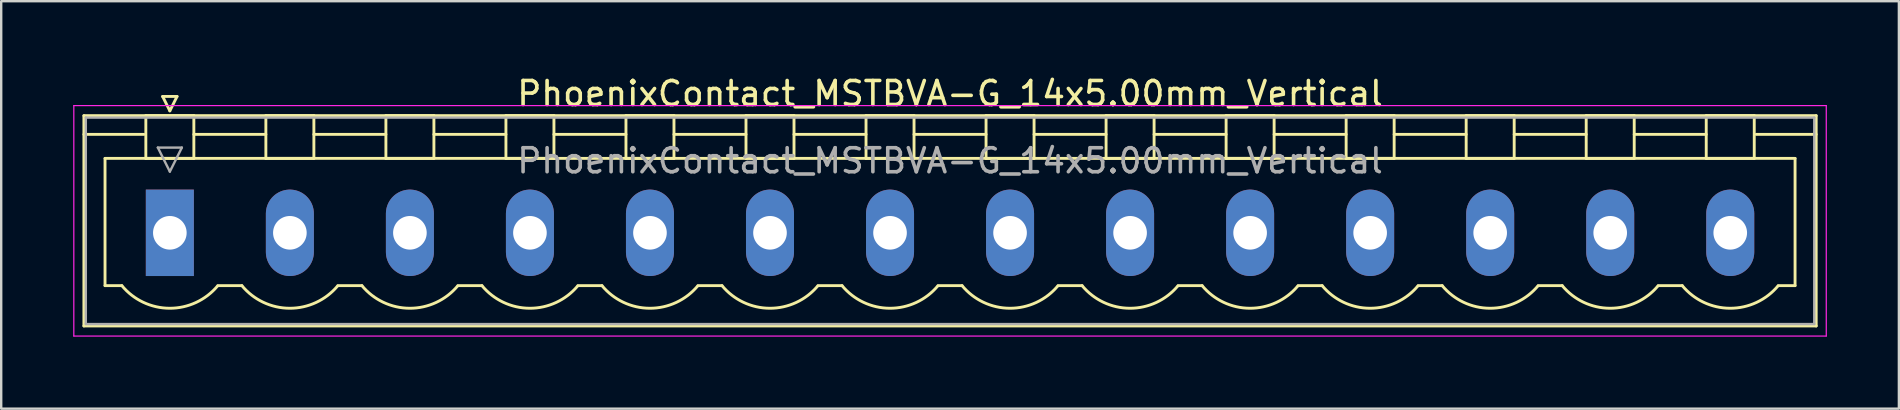
<source format=kicad_pcb>
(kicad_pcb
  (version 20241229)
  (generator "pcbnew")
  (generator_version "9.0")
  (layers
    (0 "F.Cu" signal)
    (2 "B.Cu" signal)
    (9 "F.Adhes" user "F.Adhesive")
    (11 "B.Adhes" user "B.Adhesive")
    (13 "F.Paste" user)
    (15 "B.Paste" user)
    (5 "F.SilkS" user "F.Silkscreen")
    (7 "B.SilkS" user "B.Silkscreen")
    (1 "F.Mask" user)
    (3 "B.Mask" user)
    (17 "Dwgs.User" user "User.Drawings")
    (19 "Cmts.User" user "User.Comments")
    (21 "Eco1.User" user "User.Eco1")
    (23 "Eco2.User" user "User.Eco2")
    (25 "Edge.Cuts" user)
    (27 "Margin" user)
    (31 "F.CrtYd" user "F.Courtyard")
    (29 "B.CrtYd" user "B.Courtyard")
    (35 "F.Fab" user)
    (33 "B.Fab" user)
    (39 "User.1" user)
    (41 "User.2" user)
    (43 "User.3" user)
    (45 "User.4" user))
  (footprint "PhoenixContact_MSTBVA-G_14x5.00mm_Vertical"
    (layer "F.Cu")
    (at 4.025 6.648)
    (property "Reference" "PhoenixContact_MSTBVA-G_14x5.00mm_Vertical" (at 32.5 -5.8 0) (layer "F.SilkS") (effects (font (size 1 1) (thickness 0.15))))
    (attr through_hole)
    (fp_line (start -3.58 -4.88) (end -3.58 3.88) (stroke (width 0.12) (type solid)) (layer "F.SilkS"))
    (fp_line (start -3.58 -4.1) (end -1.08 -4.1) (stroke (width 0.12) (type solid)) (layer "F.SilkS"))
    (fp_line (start -3.58 3.88) (end 68.58 3.88) (stroke (width 0.12) (type solid)) (layer "F.SilkS"))
    (fp_line (start -2.7 -3.1) (end 67.7 -3.1) (stroke (width 0.12) (type solid)) (layer "F.SilkS"))
    (fp_line (start -2.7 2.2) (end -2.7 -3.1) (stroke (width 0.12) (type solid)) (layer "F.SilkS"))
    (fp_line (start -2 2.2) (end -2.7 2.2) (stroke (width 0.12) (type solid)) (layer "F.SilkS"))
    (fp_line (start -1 -4.88) (end 1 -4.88) (stroke (width 0.12) (type solid)) (layer "F.SilkS"))
    (fp_line (start -1 -3.1) (end -1 -4.88) (stroke (width 0.12) (type solid)) (layer "F.SilkS"))
    (fp_line (start -0.3 -5.68) (end 0.3 -5.68) (stroke (width 0.12) (type solid)) (layer "F.SilkS"))
    (fp_line (start 0 -5.08) (end -0.3 -5.68) (stroke (width 0.12) (type solid)) (layer "F.SilkS"))
    (fp_line (start 0.3 -5.68) (end 0 -5.08) (stroke (width 0.12) (type solid)) (layer "F.SilkS"))
    (fp_line (start 1 -4.88) (end 1 -3.1) (stroke (width 0.12) (type solid)) (layer "F.SilkS"))
    (fp_line (start 1 -4.1) (end 4 -4.1) (stroke (width 0.12) (type solid)) (layer "F.SilkS"))
    (fp_line (start 1 -3.1) (end -1 -3.1) (stroke (width 0.12) (type solid)) (layer "F.SilkS"))
    (fp_line (start 2 2.2) (end 3 2.2) (stroke (width 0.12) (type solid)) (layer "F.SilkS"))
    (fp_line (start 4 -4.88) (end 6 -4.88) (stroke (width 0.12) (type solid)) (layer "F.SilkS"))
    (fp_line (start 4 -3.1) (end 4 -4.88) (stroke (width 0.12) (type solid)) (layer "F.SilkS"))
    (fp_line (start 6 -4.88) (end 6 -3.1) (stroke (width 0.12) (type solid)) (layer "F.SilkS"))
    (fp_line (start 6 -4.1) (end 9 -4.1) (stroke (width 0.12) (type solid)) (layer "F.SilkS"))
    (fp_line (start 6 -3.1) (end 4 -3.1) (stroke (width 0.12) (type solid)) (layer "F.SilkS"))
    (fp_line (start 7 2.2) (end 8 2.2) (stroke (width 0.12) (type solid)) (layer "F.SilkS"))
    (fp_line (start 9 -4.88) (end 11 -4.88) (stroke (width 0.12) (type solid)) (layer "F.SilkS"))
    (fp_line (start 9 -3.1) (end 9 -4.88) (stroke (width 0.12) (type solid)) (layer "F.SilkS"))
    (fp_line (start 11 -4.88) (end 11 -3.1) (stroke (width 0.12) (type solid)) (layer "F.SilkS"))
    (fp_line (start 11 -4.1) (end 14 -4.1) (stroke (width 0.12) (type solid)) (layer "F.SilkS"))
    (fp_line (start 11 -3.1) (end 9 -3.1) (stroke (width 0.12) (type solid)) (layer "F.SilkS"))
    (fp_line (start 12 2.2) (end 13 2.2) (stroke (width 0.12) (type solid)) (layer "F.SilkS"))
    (fp_line (start 14 -4.88) (end 16 -4.88) (stroke (width 0.12) (type solid)) (layer "F.SilkS"))
    (fp_line (start 14 -3.1) (end 14 -4.88) (stroke (width 0.12) (type solid)) (layer "F.SilkS"))
    (fp_line (start 16 -4.88) (end 16 -3.1) (stroke (width 0.12) (type solid)) (layer "F.SilkS"))
    (fp_line (start 16 -4.1) (end 19 -4.1) (stroke (width 0.12) (type solid)) (layer "F.SilkS"))
    (fp_line (start 16 -3.1) (end 14 -3.1) (stroke (width 0.12) (type solid)) (layer "F.SilkS"))
    (fp_line (start 17 2.2) (end 18 2.2) (stroke (width 0.12) (type solid)) (layer "F.SilkS"))
    (fp_line (start 19 -4.88) (end 21 -4.88) (stroke (width 0.12) (type solid)) (layer "F.SilkS"))
    (fp_line (start 19 -3.1) (end 19 -4.88) (stroke (width 0.12) (type solid)) (layer "F.SilkS"))
    (fp_line (start 21 -4.88) (end 21 -3.1) (stroke (width 0.12) (type solid)) (layer "F.SilkS"))
    (fp_line (start 21 -4.1) (end 24 -4.1) (stroke (width 0.12) (type solid)) (layer "F.SilkS"))
    (fp_line (start 21 -3.1) (end 19 -3.1) (stroke (width 0.12) (type solid)) (layer "F.SilkS"))
    (fp_line (start 22 2.2) (end 23 2.2) (stroke (width 0.12) (type solid)) (layer "F.SilkS"))
    (fp_line (start 24 -4.88) (end 26 -4.88) (stroke (width 0.12) (type solid)) (layer "F.SilkS"))
    (fp_line (start 24 -3.1) (end 24 -4.88) (stroke (width 0.12) (type solid)) (layer "F.SilkS"))
    (fp_line (start 26 -4.88) (end 26 -3.1) (stroke (width 0.12) (type solid)) (layer "F.SilkS"))
    (fp_line (start 26 -4.1) (end 29 -4.1) (stroke (width 0.12) (type solid)) (layer "F.SilkS"))
    (fp_line (start 26 -3.1) (end 24 -3.1) (stroke (width 0.12) (type solid)) (layer "F.SilkS"))
    (fp_line (start 27 2.2) (end 28 2.2) (stroke (width 0.12) (type solid)) (layer "F.SilkS"))
    (fp_line (start 29 -4.88) (end 31 -4.88) (stroke (width 0.12) (type solid)) (layer "F.SilkS"))
    (fp_line (start 29 -3.1) (end 29 -4.88) (stroke (width 0.12) (type solid)) (layer "F.SilkS"))
    (fp_line (start 31 -4.88) (end 31 -3.1) (stroke (width 0.12) (type solid)) (layer "F.SilkS"))
    (fp_line (start 31 -4.1) (end 34 -4.1) (stroke (width 0.12) (type solid)) (layer "F.SilkS"))
    (fp_line (start 31 -3.1) (end 29 -3.1) (stroke (width 0.12) (type solid)) (layer "F.SilkS"))
    (fp_line (start 32 2.2) (end 33 2.2) (stroke (width 0.12) (type solid)) (layer "F.SilkS"))
    (fp_line (start 34 -4.88) (end 36 -4.88) (stroke (width 0.12) (type solid)) (layer "F.SilkS"))
    (fp_line (start 34 -3.1) (end 34 -4.88) (stroke (width 0.12) (type solid)) (layer "F.SilkS"))
    (fp_line (start 36 -4.88) (end 36 -3.1) (stroke (width 0.12) (type solid)) (layer "F.SilkS"))
    (fp_line (start 36 -4.1) (end 39 -4.1) (stroke (width 0.12) (type solid)) (layer "F.SilkS"))
    (fp_line (start 36 -3.1) (end 34 -3.1) (stroke (width 0.12) (type solid)) (layer "F.SilkS"))
    (fp_line (start 37 2.2) (end 38 2.2) (stroke (width 0.12) (type solid)) (layer "F.SilkS"))
    (fp_line (start 39 -4.88) (end 41 -4.88) (stroke (width 0.12) (type solid)) (layer "F.SilkS"))
    (fp_line (start 39 -3.1) (end 39 -4.88) (stroke (width 0.12) (type solid)) (layer "F.SilkS"))
    (fp_line (start 41 -4.88) (end 41 -3.1) (stroke (width 0.12) (type solid)) (layer "F.SilkS"))
    (fp_line (start 41 -4.1) (end 44 -4.1) (stroke (width 0.12) (type solid)) (layer "F.SilkS"))
    (fp_line (start 41 -3.1) (end 39 -3.1) (stroke (width 0.12) (type solid)) (layer "F.SilkS"))
    (fp_line (start 42 2.2) (end 43 2.2) (stroke (width 0.12) (type solid)) (layer "F.SilkS"))
    (fp_line (start 44 -4.88) (end 46 -4.88) (stroke (width 0.12) (type solid)) (layer "F.SilkS"))
    (fp_line (start 44 -3.1) (end 44 -4.88) (stroke (width 0.12) (type solid)) (layer "F.SilkS"))
    (fp_line (start 46 -4.88) (end 46 -3.1) (stroke (width 0.12) (type solid)) (layer "F.SilkS"))
    (fp_line (start 46 -4.1) (end 49 -4.1) (stroke (width 0.12) (type solid)) (layer "F.SilkS"))
    (fp_line (start 46 -3.1) (end 44 -3.1) (stroke (width 0.12) (type solid)) (layer "F.SilkS"))
    (fp_line (start 47 2.2) (end 48 2.2) (stroke (width 0.12) (type solid)) (layer "F.SilkS"))
    (fp_line (start 49 -4.88) (end 51 -4.88) (stroke (width 0.12) (type solid)) (layer "F.SilkS"))
    (fp_line (start 49 -3.1) (end 49 -4.88) (stroke (width 0.12) (type solid)) (layer "F.SilkS"))
    (fp_line (start 51 -4.88) (end 51 -3.1) (stroke (width 0.12) (type solid)) (layer "F.SilkS"))
    (fp_line (start 51 -4.1) (end 54 -4.1) (stroke (width 0.12) (type solid)) (layer "F.SilkS"))
    (fp_line (start 51 -3.1) (end 49 -3.1) (stroke (width 0.12) (type solid)) (layer "F.SilkS"))
    (fp_line (start 52 2.2) (end 53 2.2) (stroke (width 0.12) (type solid)) (layer "F.SilkS"))
    (fp_line (start 54 -4.88) (end 56 -4.88) (stroke (width 0.12) (type solid)) (layer "F.SilkS"))
    (fp_line (start 54 -3.1) (end 54 -4.88) (stroke (width 0.12) (type solid)) (layer "F.SilkS"))
    (fp_line (start 56 -4.88) (end 56 -3.1) (stroke (width 0.12) (type solid)) (layer "F.SilkS"))
    (fp_line (start 56 -4.1) (end 59 -4.1) (stroke (width 0.12) (type solid)) (layer "F.SilkS"))
    (fp_line (start 56 -3.1) (end 54 -3.1) (stroke (width 0.12) (type solid)) (layer "F.SilkS"))
    (fp_line (start 57 2.2) (end 58 2.2) (stroke (width 0.12) (type solid)) (layer "F.SilkS"))
    (fp_line (start 59 -4.88) (end 61 -4.88) (stroke (width 0.12) (type solid)) (layer "F.SilkS"))
    (fp_line (start 59 -3.1) (end 59 -4.88) (stroke (width 0.12) (type solid)) (layer "F.SilkS"))
    (fp_line (start 61 -4.88) (end 61 -3.1) (stroke (width 0.12) (type solid)) (layer "F.SilkS"))
    (fp_line (start 61 -4.1) (end 64 -4.1) (stroke (width 0.12) (type solid)) (layer "F.SilkS"))
    (fp_line (start 61 -3.1) (end 59 -3.1) (stroke (width 0.12) (type solid)) (layer "F.SilkS"))
    (fp_line (start 62 2.2) (end 63 2.2) (stroke (width 0.12) (type solid)) (layer "F.SilkS"))
    (fp_line (start 64 -4.88) (end 66 -4.88) (stroke (width 0.12) (type solid)) (layer "F.SilkS"))
    (fp_line (start 64 -3.1) (end 64 -4.88) (stroke (width 0.12) (type solid)) (layer "F.SilkS"))
    (fp_line (start 66 -4.88) (end 66 -3.1) (stroke (width 0.12) (type solid)) (layer "F.SilkS"))
    (fp_line (start 66 -3.1) (end 64 -3.1) (stroke (width 0.12) (type solid)) (layer "F.SilkS"))
    (fp_line (start 67.7 -3.1) (end 67.7 2.2) (stroke (width 0.12) (type solid)) (layer "F.SilkS"))
    (fp_line (start 67.7 2.2) (end 67 2.2) (stroke (width 0.12) (type solid)) (layer "F.SilkS"))
    (fp_line (start 68.58 -4.88) (end -3.58 -4.88) (stroke (width 0.12) (type solid)) (layer "F.SilkS"))
    (fp_line (start 68.58 -4.1) (end 66.08 -4.1) (stroke (width 0.12) (type solid)) (layer "F.SilkS"))
    (fp_line (start 68.58 3.88) (end 68.58 -4.88) (stroke (width 0.12) (type solid)) (layer "F.SilkS"))
    (fp_arc (start 1.986842 2.215821) (mid -0.010289 3.142758) (end -2 2.2) (stroke (width 0.12) (type solid)) (layer "F.SilkS"))
    (fp_arc (start 6.986842 2.215821) (mid 4.989711 3.142758) (end 3 2.2) (stroke (width 0.12) (type solid)) (layer "F.SilkS"))
    (fp_arc (start 11.986842 2.215821) (mid 9.989711 3.142758) (end 8 2.2) (stroke (width 0.12) (type solid)) (layer "F.SilkS"))
    (fp_arc (start 16.986842 2.215821) (mid 14.989711 3.142758) (end 13 2.2) (stroke (width 0.12) (type solid)) (layer "F.SilkS"))
    (fp_arc (start 21.986842 2.215821) (mid 19.989711 3.142758) (end 18 2.2) (stroke (width 0.12) (type solid)) (layer "F.SilkS"))
    (fp_arc (start 26.986842 2.215821) (mid 24.989711 3.142758) (end 23 2.2) (stroke (width 0.12) (type solid)) (layer "F.SilkS"))
    (fp_arc (start 31.986842 2.215821) (mid 29.989711 3.142758) (end 28 2.2) (stroke (width 0.12) (type solid)) (layer "F.SilkS"))
    (fp_arc (start 36.986842 2.215821) (mid 34.989711 3.142758) (end 33 2.2) (stroke (width 0.12) (type solid)) (layer "F.SilkS"))
    (fp_arc (start 41.986842 2.215821) (mid 39.989711 3.142758) (end 38 2.2) (stroke (width 0.12) (type solid)) (layer "F.SilkS"))
    (fp_arc (start 46.986842 2.215821) (mid 44.989711 3.142758) (end 43 2.2) (stroke (width 0.12) (type solid)) (layer "F.SilkS"))
    (fp_arc (start 51.986842 2.215821) (mid 49.989711 3.142758) (end 48 2.2) (stroke (width 0.12) (type solid)) (layer "F.SilkS"))
    (fp_arc (start 56.986842 2.215821) (mid 54.989711 3.142758) (end 53 2.2) (stroke (width 0.12) (type solid)) (layer "F.SilkS"))
    (fp_arc (start 61.986842 2.215821) (mid 59.989711 3.142758) (end 58 2.2) (stroke (width 0.12) (type solid)) (layer "F.SilkS"))
    (fp_arc (start 66.986842 2.215821) (mid 64.989711 3.142758) (end 63 2.2) (stroke (width 0.12) (type solid)) (layer "F.SilkS"))
    (fp_line (start -4 -5.3) (end -4 4.3) (stroke (width 0.05) (type solid)) (layer "F.CrtYd"))
    (fp_line (start -4 4.3) (end 69 4.3) (stroke (width 0.05) (type solid)) (layer "F.CrtYd"))
    (fp_line (start 69 -5.3) (end -4 -5.3) (stroke (width 0.05) (type solid)) (layer "F.CrtYd"))
    (fp_line (start 69 4.3) (end 69 -5.3) (stroke (width 0.05) (type solid)) (layer "F.CrtYd"))
    (fp_line (start -3.5 -4.8) (end -3.5 3.8) (stroke (width 0.1) (type solid)) (layer "F.Fab"))
    (fp_line (start -3.5 3.8) (end 68.5 3.8) (stroke (width 0.1) (type solid)) (layer "F.Fab"))
    (fp_line (start -0.5 -3.55) (end 0.5 -3.55) (stroke (width 0.1) (type solid)) (layer "F.Fab"))
    (fp_line (start 0 -2.55) (end -0.5 -3.55) (stroke (width 0.1) (type solid)) (layer "F.Fab"))
    (fp_line (start 0.5 -3.55) (end 0 -2.55) (stroke (width 0.1) (type solid)) (layer "F.Fab"))
    (fp_line (start 68.5 -4.8) (end -3.5 -4.8) (stroke (width 0.1) (type solid)) (layer "F.Fab"))
    (fp_line (start 68.5 3.8) (end 68.5 -4.8) (stroke (width 0.1) (type solid)) (layer "F.Fab"))
    (fp_text user "${REFERENCE}" (at 32.5 -3 0) (layer "F.Fab") (effects (font (size 1 1) (thickness 0.15))))
    (pad "1" thru_hole rect (at 0 0) (size 2 3.6) (drill 1.4) (layers "*.Cu" "*.Mask"))
    (pad "2" thru_hole oval (at 5 0) (size 2 3.6) (drill 1.4) (layers "*.Cu" "*.Mask"))
    (pad "3" thru_hole oval (at 10 0) (size 2 3.6) (drill 1.4) (layers "*.Cu" "*.Mask"))
    (pad "4" thru_hole oval (at 15 0) (size 2 3.6) (drill 1.4) (layers "*.Cu" "*.Mask"))
    (pad "5" thru_hole oval (at 20 0) (size 2 3.6) (drill 1.4) (layers "*.Cu" "*.Mask"))
    (pad "6" thru_hole oval (at 25 0) (size 2 3.6) (drill 1.4) (layers "*.Cu" "*.Mask"))
    (pad "7" thru_hole oval (at 30 0) (size 2 3.6) (drill 1.4) (layers "*.Cu" "*.Mask"))
    (pad "8" thru_hole oval (at 35 0) (size 2 3.6) (drill 1.4) (layers "*.Cu" "*.Mask"))
    (pad "9" thru_hole oval (at 40 0) (size 2 3.6) (drill 1.4) (layers "*.Cu" "*.Mask"))
    (pad "10" thru_hole oval (at 45 0) (size 2 3.6) (drill 1.4) (layers "*.Cu" "*.Mask"))
    (pad "11" thru_hole oval (at 50 0) (size 2 3.6) (drill 1.4) (layers "*.Cu" "*.Mask"))
    (pad "12" thru_hole oval (at 55 0) (size 2 3.6) (drill 1.4) (layers "*.Cu" "*.Mask"))
    (pad "13" thru_hole oval (at 60 0) (size 2 3.6) (drill 1.4) (layers "*.Cu" "*.Mask"))
    (pad "14" thru_hole oval (at 65 0) (size 2 3.6) (drill 1.4) (layers "*.Cu" "*.Mask")))
  (gr_rect
    (start -3 -3)
    (end 76.05 13.973)
    (stroke (width 0.1) (type default))
    (fill no)
    (layer "Edge.Cuts")))
</source>
